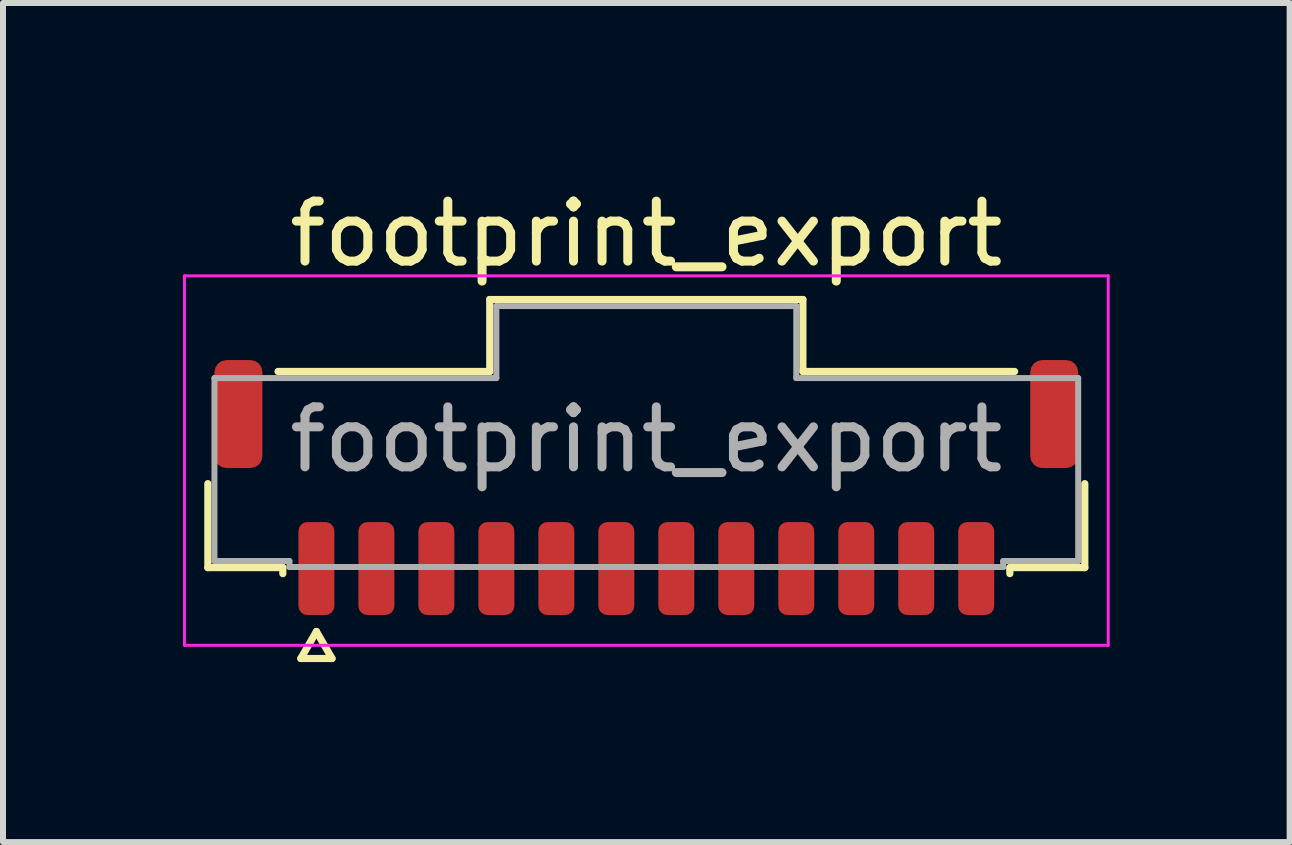
<source format=kicad_pcb>
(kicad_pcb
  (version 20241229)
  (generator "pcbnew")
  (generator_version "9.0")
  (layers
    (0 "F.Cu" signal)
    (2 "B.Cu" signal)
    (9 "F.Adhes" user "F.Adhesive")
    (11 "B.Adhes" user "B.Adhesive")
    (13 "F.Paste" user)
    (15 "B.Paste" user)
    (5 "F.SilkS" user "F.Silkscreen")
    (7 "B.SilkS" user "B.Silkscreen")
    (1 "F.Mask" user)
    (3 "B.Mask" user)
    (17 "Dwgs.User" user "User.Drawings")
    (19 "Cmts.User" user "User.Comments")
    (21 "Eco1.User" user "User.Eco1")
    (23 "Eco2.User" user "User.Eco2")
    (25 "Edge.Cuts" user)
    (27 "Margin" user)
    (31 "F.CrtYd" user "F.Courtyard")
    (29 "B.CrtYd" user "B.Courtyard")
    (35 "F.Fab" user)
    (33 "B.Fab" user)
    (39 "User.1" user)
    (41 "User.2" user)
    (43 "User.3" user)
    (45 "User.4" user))
  (footprint "footprint_export"
    (layer "F.Cu")
    (at 7.725 4.278)
    (property "Reference" "footprint_export" (at 0 -3.43 0) (layer "F.SilkS") (effects (font (size 1 1) (thickness 0.15))))
    (attr smd)
    (fp_line (start -7.31 2.135) (end -7.31 0.735) (stroke (width 0.12) (type solid)) (layer "F.SilkS"))
    (fp_line (start -6.14 -1.135) (end -2.61 -1.135) (stroke (width 0.12) (type solid)) (layer "F.SilkS"))
    (fp_line (start -6.06 2.135) (end -7.31 2.135) (stroke (width 0.12) (type solid)) (layer "F.SilkS"))
    (fp_line (start -6.06 2.235) (end -6.06 2.135) (stroke (width 0.12) (type solid)) (layer "F.SilkS"))
    (fp_line (start -5.76 3.65) (end -5.5 3.2) (stroke (width 0.12) (type solid)) (layer "F.SilkS"))
    (fp_line (start -5.5 3.2) (end -5.24 3.65) (stroke (width 0.12) (type solid)) (layer "F.SilkS"))
    (fp_line (start -5.24 3.65) (end -5.76 3.65) (stroke (width 0.12) (type solid)) (layer "F.SilkS"))
    (fp_line (start -2.61 -2.335) (end 2.61 -2.335) (stroke (width 0.12) (type solid)) (layer "F.SilkS"))
    (fp_line (start -2.61 -1.135) (end -2.61 -2.335) (stroke (width 0.12) (type solid)) (layer "F.SilkS"))
    (fp_line (start 2.61 -2.335) (end 2.61 -1.135) (stroke (width 0.12) (type solid)) (layer "F.SilkS"))
    (fp_line (start 2.61 -1.135) (end 6.14 -1.135) (stroke (width 0.12) (type solid)) (layer "F.SilkS"))
    (fp_line (start 6.06 2.135) (end 6.06 2.235) (stroke (width 0.12) (type solid)) (layer "F.SilkS"))
    (fp_line (start 7.31 0.735) (end 7.31 2.135) (stroke (width 0.12) (type solid)) (layer "F.SilkS"))
    (fp_line (start 7.31 2.135) (end 6.06 2.135) (stroke (width 0.12) (type solid)) (layer "F.SilkS"))
    (fp_line (start -7.7 -2.73) (end -7.7 3.43) (stroke (width 0.05) (type solid)) (layer "F.CrtYd"))
    (fp_line (start -7.7 3.43) (end 7.7 3.43) (stroke (width 0.05) (type solid)) (layer "F.CrtYd"))
    (fp_line (start 7.7 -2.73) (end -7.7 -2.73) (stroke (width 0.05) (type solid)) (layer "F.CrtYd"))
    (fp_line (start 7.7 3.43) (end 7.7 -2.73) (stroke (width 0.05) (type solid)) (layer "F.CrtYd"))
    (fp_line (start -7.2 -1.025) (end -2.5 -1.025) (stroke (width 0.1) (type solid)) (layer "F.Fab"))
    (fp_line (start -7.2 2.025) (end -7.2 -1.025) (stroke (width 0.1) (type solid)) (layer "F.Fab"))
    (fp_line (start -5.95 2.025) (end -7.2 2.025) (stroke (width 0.1) (type solid)) (layer "F.Fab"))
    (fp_line (start -5.95 2.125) (end -5.95 2.025) (stroke (width 0.1) (type solid)) (layer "F.Fab"))
    (fp_line (start -2.5 -2.225) (end 2.5 -2.225) (stroke (width 0.1) (type solid)) (layer "F.Fab"))
    (fp_line (start -2.5 -1.025) (end -2.5 -2.225) (stroke (width 0.1) (type solid)) (layer "F.Fab"))
    (fp_line (start 2.5 -2.225) (end 2.5 -1.025) (stroke (width 0.1) (type solid)) (layer "F.Fab"))
    (fp_line (start 2.5 -1.025) (end 7.2 -1.025) (stroke (width 0.1) (type solid)) (layer "F.Fab"))
    (fp_line (start 5.95 2.025) (end 5.95 2.125) (stroke (width 0.1) (type solid)) (layer "F.Fab"))
    (fp_line (start 5.95 2.125) (end -5.95 2.125) (stroke (width 0.1) (type solid)) (layer "F.Fab"))
    (fp_line (start 7.2 -1.025) (end 7.2 2.025) (stroke (width 0.1) (type solid)) (layer "F.Fab"))
    (fp_line (start 7.2 2.025) (end 5.95 2.025) (stroke (width 0.1) (type solid)) (layer "F.Fab"))
    (fp_text user "${REFERENCE}" (at 0 0 0) (layer "F.Fab") (effects (font (size 1 1) (thickness 0.15))))
    (pad "1" smd roundrect (at -5.5 2.15) (size 0.6 1.55) (layers "F.Cu" "F.Mask" "F.Paste") (roundrect_rratio 0.25))
    (pad "2" smd roundrect (at -4.5 2.15) (size 0.6 1.55) (layers "F.Cu" "F.Mask" "F.Paste") (roundrect_rratio 0.25))
    (pad "3" smd roundrect (at -3.5 2.15) (size 0.6 1.55) (layers "F.Cu" "F.Mask" "F.Paste") (roundrect_rratio 0.25))
    (pad "4" smd roundrect (at -2.5 2.15) (size 0.6 1.55) (layers "F.Cu" "F.Mask" "F.Paste") (roundrect_rratio 0.25))
    (pad "5" smd roundrect (at -1.5 2.15) (size 0.6 1.55) (layers "F.Cu" "F.Mask" "F.Paste") (roundrect_rratio 0.25))
    (pad "6" smd roundrect (at -0.5 2.15) (size 0.6 1.55) (layers "F.Cu" "F.Mask" "F.Paste") (roundrect_rratio 0.25))
    (pad "7" smd roundrect (at 0.5 2.15) (size 0.6 1.55) (layers "F.Cu" "F.Mask" "F.Paste") (roundrect_rratio 0.25))
    (pad "8" smd roundrect (at 1.5 2.15) (size 0.6 1.55) (layers "F.Cu" "F.Mask" "F.Paste") (roundrect_rratio 0.25))
    (pad "9" smd roundrect (at 2.5 2.15) (size 0.6 1.55) (layers "F.Cu" "F.Mask" "F.Paste") (roundrect_rratio 0.25))
    (pad "10" smd roundrect (at 3.5 2.15) (size 0.6 1.55) (layers "F.Cu" "F.Mask" "F.Paste") (roundrect_rratio 0.25))
    (pad "11" smd roundrect (at 4.5 2.15) (size 0.6 1.55) (layers "F.Cu" "F.Mask" "F.Paste") (roundrect_rratio 0.25))
    (pad "12" smd roundrect (at 5.5 2.15) (size 0.6 1.55) (layers "F.Cu" "F.Mask" "F.Paste") (roundrect_rratio 0.25))
    (pad "MP" smd roundrect (at -6.8 -0.425) (size 0.8 1.8) (layers "F.Cu" "F.Mask" "F.Paste") (roundrect_rratio 0.25))
    (pad "MP" smd roundrect (at 6.8 -0.425) (size 0.8 1.8) (layers "F.Cu" "F.Mask" "F.Paste") (roundrect_rratio 0.25)))
  (gr_rect
    (start -3 -3)
    (end 18.45 10.988)
    (stroke (width 0.1) (type default))
    (fill no)
    (layer "Edge.Cuts")))
</source>
